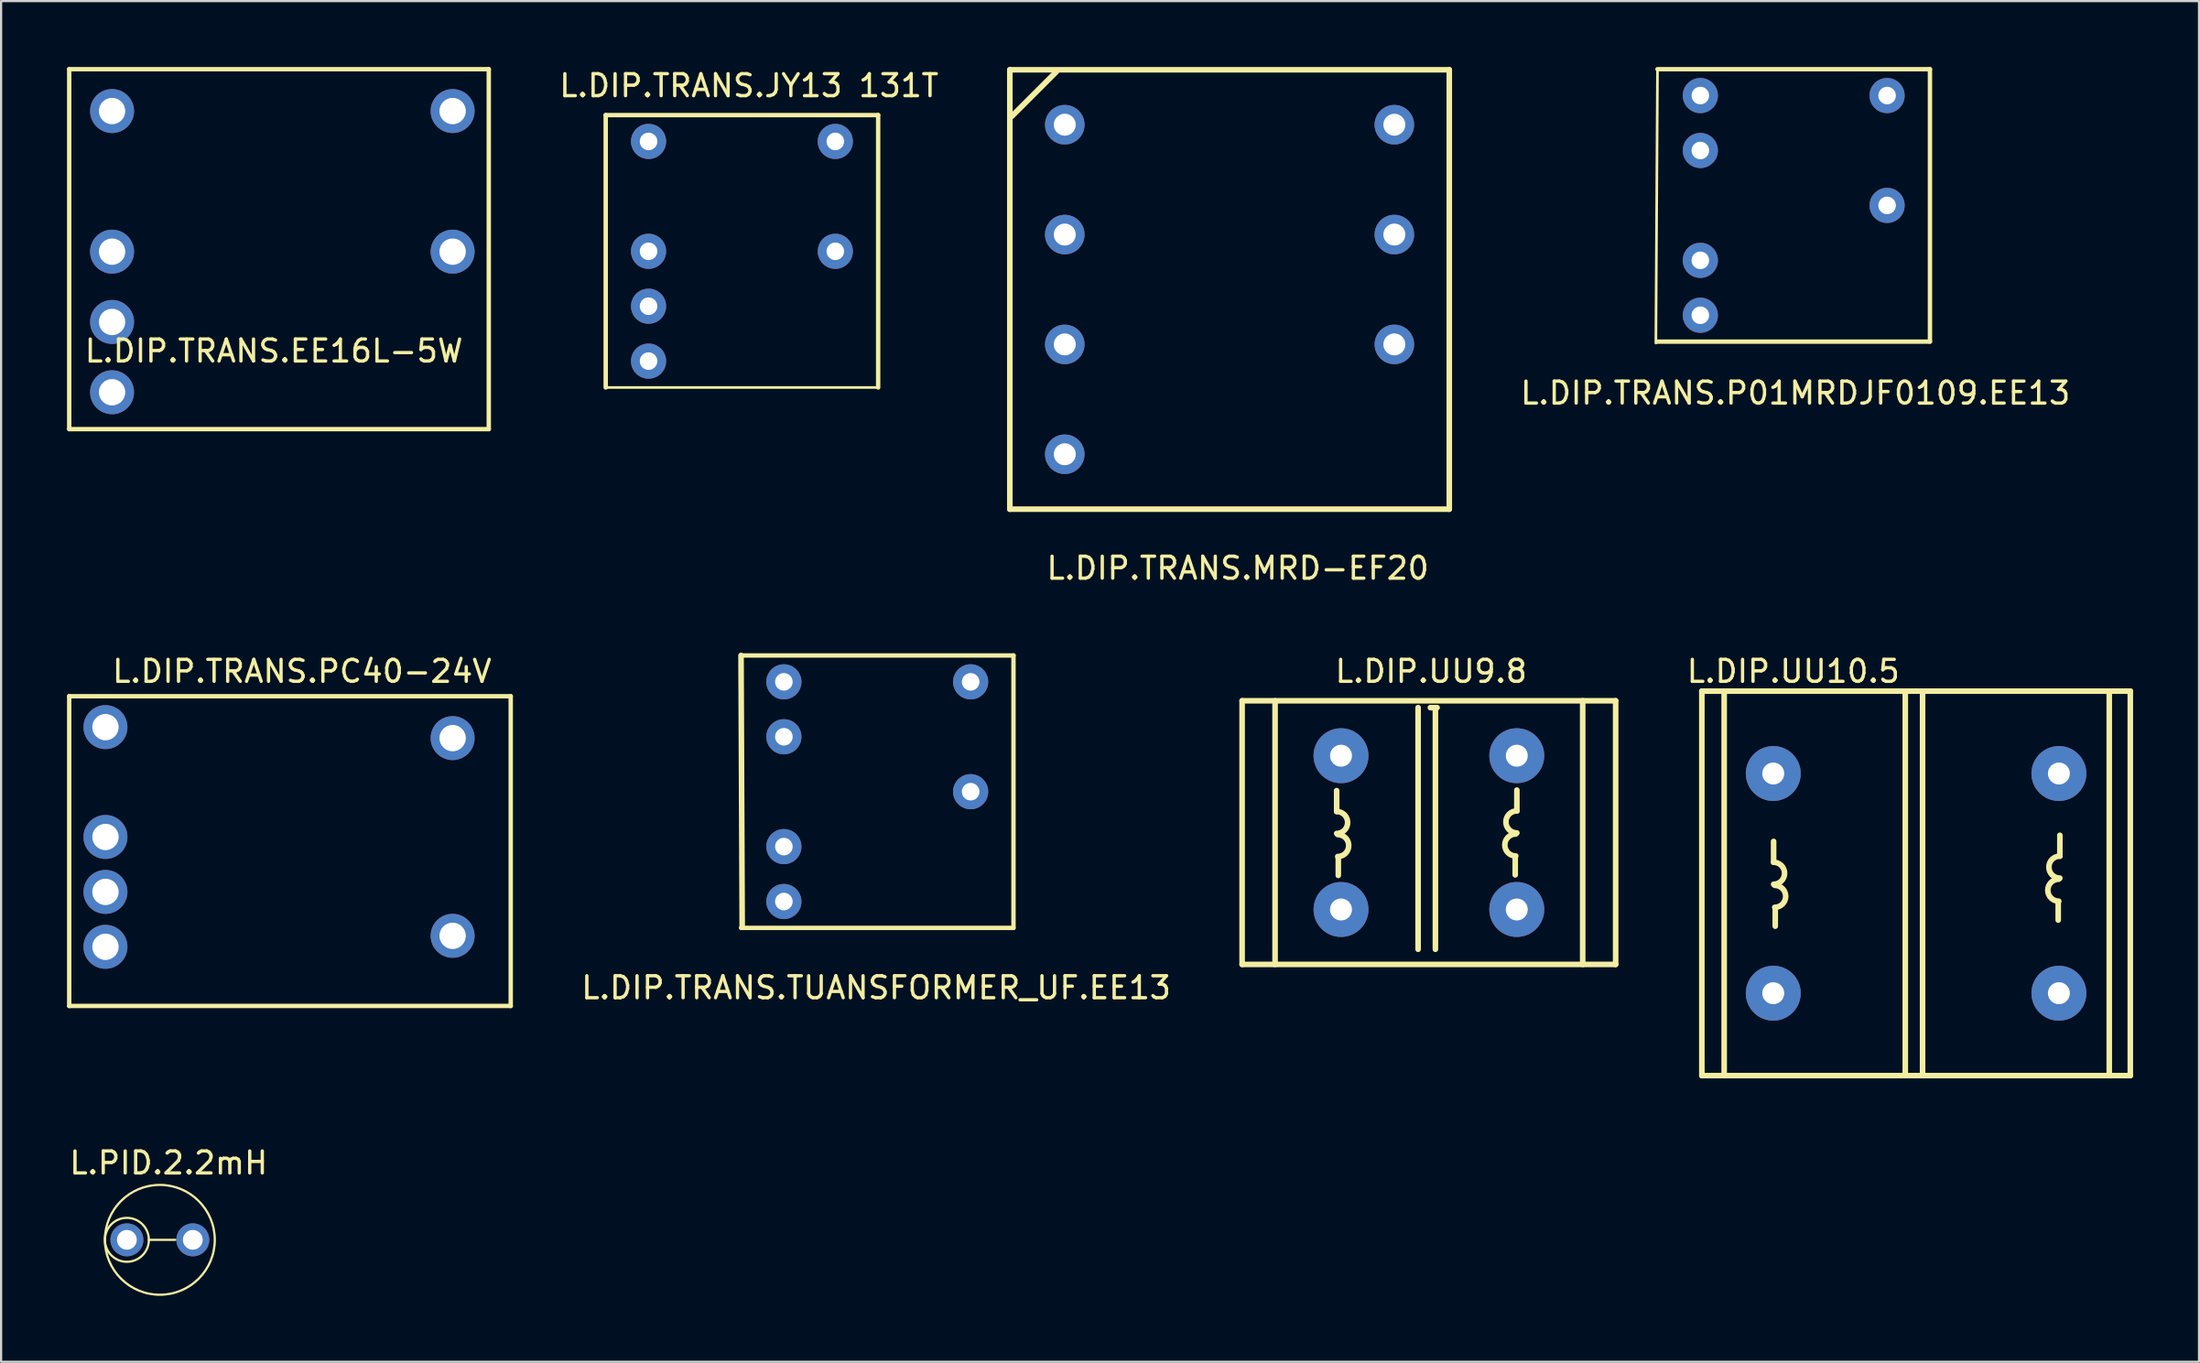
<source format=kicad_pcb>
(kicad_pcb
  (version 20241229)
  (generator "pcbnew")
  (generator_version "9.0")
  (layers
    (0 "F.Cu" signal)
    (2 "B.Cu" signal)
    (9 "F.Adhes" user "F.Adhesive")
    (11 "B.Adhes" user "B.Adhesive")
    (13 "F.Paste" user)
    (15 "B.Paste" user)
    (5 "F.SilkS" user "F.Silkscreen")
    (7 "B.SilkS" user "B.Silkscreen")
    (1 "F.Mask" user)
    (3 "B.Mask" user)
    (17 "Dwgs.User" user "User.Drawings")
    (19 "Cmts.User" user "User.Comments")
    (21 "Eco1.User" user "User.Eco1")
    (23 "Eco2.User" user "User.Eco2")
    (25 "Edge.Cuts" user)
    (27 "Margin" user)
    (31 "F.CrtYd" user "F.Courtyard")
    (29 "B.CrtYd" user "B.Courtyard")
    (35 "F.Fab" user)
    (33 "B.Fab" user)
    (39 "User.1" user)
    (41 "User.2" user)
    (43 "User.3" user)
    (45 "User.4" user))
  (footprint "L.DIP.TRANS.TUANSFORMER_UF.EE13"
    (layer "F.Cu")
    (at 37.079 33.371)
    (property "Reference" "L.DIP.TRANS.TUANSFORMER_UF.EE13" (at -0.254 8.539 0) (layer "F.SilkS") (effects (font (size 1 1) (thickness 0.15))))
    (attr through_hole)
    (fp_line (start -6.403 -6.584) (end -6.35 5.753) (stroke (width 0.254) (type solid)) (layer "F.SilkS"))
    (fp_line (start -6.403 -6.584) (end 5.997 -6.584) (stroke (width 0.2) (type solid)) (layer "F.SilkS"))
    (fp_line (start -6.403 5.816) (end 5.997 5.816) (stroke (width 0.2) (type solid)) (layer "F.SilkS"))
    (fp_line (start 5.997 5.816) (end 5.997 -6.584) (stroke (width 0.2) (type solid)) (layer "F.SilkS"))
    (pad "1" thru_hole circle (at -4.453 -5.384 90) (size 1.6 1.6) (drill 0.8) (layers "*.Cu" "*.Mask"))
    (pad "2" thru_hole circle (at -4.453 -2.884 90) (size 1.6 1.6) (drill 0.8) (layers "*.Cu" "*.Mask"))
    (pad "3" thru_hole circle (at -4.453 2.116 90) (size 1.6 1.6) (drill 0.8) (layers "*.Cu" "*.Mask"))
    (pad "4" thru_hole circle (at -4.453 4.616 90) (size 1.6 1.6) (drill 0.8) (layers "*.Cu" "*.Mask"))
    (pad "5" thru_hole circle (at 4.047 -5.384 90) (size 1.6 1.6) (drill 0.8) (layers "*.Cu" "*.Mask"))
    (pad "6" thru_hole circle (at 4.047 -0.384 90) (size 1.6 1.6) (drill 0.8) (layers "*.Cu" "*.Mask")))
  (footprint "L.PID.2.2mH"
    (layer "F.Cu")
    (at 4.225 53.386)
    (property "Reference" "L.PID.2.2mH" (at 0.4 -3.5 0) (layer "F.SilkS") (effects (font (size 1 1) (thickness 0.15))))
    (attr through_hole)
    (fp_line (start -0.5 0) (end 0.7 0) (stroke (width 0.1) (type solid)) (layer "F.SilkS"))
    (fp_circle (center -1.5 0) (end -0.5 0) (stroke (width 0.1) (type solid)) (fill no) (layer "F.SilkS"))
    (fp_circle (center 0 0) (end 2.5 0) (stroke (width 0.1) (type solid)) (fill no) (layer "F.SilkS"))
    (pad "1" thru_hole circle (at -1.5 0) (size 1.5 1.5) (drill 0.9) (layers "*.Cu" "*.Mask"))
    (pad "2" thru_hole circle (at 1.5 0) (size 1.5 1.5) (drill 0.9) (layers "*.Cu" "*.Mask")))
  (footprint "L.DIP.TRANS.JY13 131T"
    (layer "F.Cu")
    (at 30.823 9.04)
    (property "Reference" "L.DIP.TRANS.JY13 131T" (at 0.216 -8.191 0) (layer "F.SilkS") (effects (font (size 1 1) (thickness 0.15))))
    (attr through_hole)
    (fp_line (start -6.306 -6.851) (end 6.094 -6.851) (stroke (width 0.2) (type solid)) (layer "F.SilkS"))
    (fp_line (start -6.306 5.548) (end -6.306 -6.851) (stroke (width 0.2) (type solid)) (layer "F.SilkS"))
    (fp_line (start 6.094 5.548) (end -6.306 5.548) (stroke (width 0.12) (type solid)) (layer "F.SilkS"))
    (fp_line (start 6.094 5.548) (end 6.094 -6.851) (stroke (width 0.2) (type solid)) (layer "F.SilkS"))
    (pad "1" thru_hole circle (at -4.356 -5.652 90) (size 1.6 1.6) (drill 0.8) (layers "*.Cu" "*.Mask"))
    (pad "3" thru_hole circle (at -4.356 -0.651 90) (size 1.6 1.6) (drill 0.8) (layers "*.Cu" "*.Mask"))
    (pad "4" thru_hole circle (at -4.356 1.849 90) (size 1.6 1.6) (drill 0.8) (layers "*.Cu" "*.Mask"))
    (pad "5" thru_hole circle (at -4.356 4.348 90) (size 1.6 1.6) (drill 0.8) (layers "*.Cu" "*.Mask"))
    (pad "8" thru_hole circle (at 4.144 -0.651 90) (size 1.6 1.6) (drill 0.8) (layers "*.Cu" "*.Mask"))
    (pad "10" thru_hole circle (at 4.144 -5.652 90) (size 1.6 1.6) (drill 0.8) (layers "*.Cu" "*.Mask")))
  (footprint "L.DIP.TRANS.PC40-24V"
    (layer "F.Cu")
    (at 10.249 36.017)
    (property "Reference" "L.DIP.TRANS.PC40-24V" (at 0.445 -8.509 0) (layer "F.SilkS") (effects (font (size 1 1) (thickness 0.15))))
    (attr through_hole)
    (fp_line (start -10.149 -7.374) (end 9.945 -7.374) (stroke (width 0.2) (type solid)) (layer "F.SilkS"))
    (fp_line (start -10.149 6.723) (end -10.149 -7.374) (stroke (width 0.2) (type solid)) (layer "F.SilkS"))
    (fp_line (start -10.149 6.723) (end 9.945 6.723) (stroke (width 0.2) (type solid)) (layer "F.SilkS"))
    (fp_line (start 9.945 6.723) (end 9.945 -7.374) (stroke (width 0.2) (type solid)) (layer "F.SilkS"))
    (pad "1" thru_hole circle (at -8.499 -5.969 90) (size 2 2) (drill 1.2) (layers "*.Cu" "*.Mask"))
    (pad "2" thru_hole circle (at 7.301 -5.469 90) (size 2 2) (drill 1.2) (layers "*.Cu" "*.Mask"))
    (pad "3" thru_hole circle (at -8.499 -0.969 90) (size 2 2) (drill 1.2) (layers "*.Cu" "*.Mask"))
    (pad "4" thru_hole circle (at -8.499 1.531 90) (size 2 2) (drill 1.2) (layers "*.Cu" "*.Mask"))
    (pad "5" thru_hole circle (at -8.499 4.031 90) (size 2 2) (drill 1.2) (layers "*.Cu" "*.Mask"))
    (pad "6" thru_hole circle (at 7.301 3.531 270) (size 2 2) (drill 1.2) (layers "*.Cu" "*.Mask")))
  (footprint "L.DIP.UU9.8"
    (layer "F.Cu")
    (at 61.982 34.849)
    (property "Reference" "L.DIP.UU9.8" (at 0.102 -7.341 0) (layer "F.SilkS") (effects (font (size 1 1) (thickness 0.15))))
    (attr through_hole)
    (fp_line (start -8.5 -6) (end 8.5 -6) (stroke (width 0.254) (type solid)) (layer "F.SilkS"))
    (fp_line (start -8.5 6) (end -8.5 -6) (stroke (width 0.254) (type solid)) (layer "F.SilkS"))
    (fp_line (start -8.5 6) (end 8.5 6) (stroke (width 0.254) (type solid)) (layer "F.SilkS"))
    (fp_line (start -7 6) (end -7 -6) (stroke (width 0.254) (type solid)) (layer "F.SilkS"))
    (fp_line (start -4.198 -0.96) (end -4.198 -1.91) (stroke (width 0.254) (type solid)) (layer "F.SilkS"))
    (fp_line (start -4.123 1.95) (end -4.123 1.15) (stroke (width 0.254) (type solid)) (layer "F.SilkS"))
    (fp_line (start -0.491 5.311) (end -0.491 -5.689) (stroke (width 0.254) (type solid)) (layer "F.SilkS"))
    (fp_line (start 0.068 -5.689) (end 0.373 -5.689) (stroke (width 0.254) (type solid)) (layer "F.SilkS"))
    (fp_line (start 0.119 -5.689) (end 0.296 -5.689) (stroke (width 0.254) (type solid)) (layer "F.SilkS"))
    (fp_line (start 0.296 5.311) (end 0.296 -5.689) (stroke (width 0.254) (type solid)) (layer "F.SilkS"))
    (fp_line (start 3.929 1.925) (end 3.929 1.125) (stroke (width 0.254) (type solid)) (layer "F.SilkS"))
    (fp_line (start 4.004 -0.985) (end 4.004 -1.935) (stroke (width 0.254) (type solid)) (layer "F.SilkS"))
    (fp_line (start 7 6) (end 7 -6) (stroke (width 0.254) (type solid)) (layer "F.SilkS"))
    (fp_line (start 8.5 6) (end 8.5 -6) (stroke (width 0.254) (type solid)) (layer "F.SilkS"))
    (fp_arc (start -4.19824 -0.96002) (mid -3.69824 -0.46002) (end -4.19824 0.03998) (stroke (width 0.254) (type solid)) (layer "F.SilkS"))
    (fp_arc (start -4.14823 0.08997) (mid -3.64823 0.58997) (end -4.14823 1.08997) (stroke (width 0.254) (type solid)) (layer "F.SilkS"))
    (fp_arc (start 3.95442 1.06457) (mid 3.45442 0.56457) (end 3.95442 0.06457) (stroke (width 0.254) (type solid)) (layer "F.SilkS"))
    (fp_arc (start 4.00444 0.01458) (mid 3.50444 -0.48542) (end 4.00444 -0.98542) (stroke (width 0.254) (type solid)) (layer "F.SilkS"))
    (pad "1" thru_hole circle (at -4 -3.5 270) (size 2.5 2.5) (drill 1) (layers "*.Cu" "*.Mask"))
    (pad "2" thru_hole circle (at 4 -3.5 270) (size 2.5 2.5) (drill 1) (layers "*.Cu" "*.Mask"))
    (pad "3" thru_hole circle (at 4 3.5 270) (size 2.5 2.5) (drill 1) (layers "*.Cu" "*.Mask"))
    (pad "4" thru_hole circle (at -4 3.5 270) (size 2.5 2.5) (drill 1) (layers "*.Cu" "*.Mask")))
  (footprint "L.DIP.TRANS.MRD-EF20"
    (layer "F.Cu")
    (at 52.56 10.971)
    (property "Reference" "L.DIP.TRANS.MRD-EF20" (at 0.724 11.841 0) (layer "F.SilkS") (effects (font (size 1 1) (thickness 0.15))))
    (attr through_hole)
    (fp_line (start -9.65 -10.844) (end 10.35 -10.844) (stroke (width 0.254) (type solid)) (layer "F.SilkS"))
    (fp_line (start -9.65 9.156) (end -9.65 -10.844) (stroke (width 0.254) (type solid)) (layer "F.SilkS"))
    (fp_line (start -9.563 -8.725) (end -7.531 -10.757) (stroke (width 0.254) (type solid)) (layer "F.SilkS"))
    (fp_line (start 10.35 9.156) (end -9.65 9.156) (stroke (width 0.254) (type solid)) (layer "F.SilkS"))
    (fp_line (start 10.35 9.156) (end 10.35 -10.844) (stroke (width 0.254) (type solid)) (layer "F.SilkS"))
    (pad "1" thru_hole circle (at -7.15 -8.344) (size 1.8 1.8) (drill 1) (layers "*.Cu" "*.Mask"))
    (pad "2" thru_hole circle (at -7.15 -3.344) (size 1.8 1.8) (drill 1) (layers "*.Cu" "*.Mask"))
    (pad "3" thru_hole circle (at -7.15 1.656) (size 1.8 1.8) (drill 1) (layers "*.Cu" "*.Mask"))
    (pad "4" thru_hole circle (at -7.15 6.656) (size 1.8 1.8) (drill 1) (layers "*.Cu" "*.Mask"))
    (pad "6" thru_hole circle (at 7.85 1.656) (size 1.8 1.8) (drill 1) (layers "*.Cu" "*.Mask"))
    (pad "7" thru_hole circle (at 7.85 -3.344) (size 1.8 1.8) (drill 1) (layers "*.Cu" "*.Mask"))
    (pad "8" thru_hole circle (at 7.85 -8.344) (size 1.8 1.8) (drill 1) (layers "*.Cu" "*.Mask")))
  (footprint "L.DIP.TRANS.P01MRDJF0109.EE13"
    (layer "F.Cu")
    (at 78.662 14.342)
    (property "Reference" "L.DIP.TRANS.P01MRDJF0109.EE13" (at 0 0.5 0) (layer "F.SilkS") (effects (font (size 1 1) (thickness 0.15))))
    (attr through_hole)
    (fp_line (start -6.276 -14.242) (end -6.35 -1.778) (stroke (width 0.12) (type solid)) (layer "F.SilkS"))
    (fp_line (start -6.276 -14.242) (end 6.124 -14.242) (stroke (width 0.2) (type solid)) (layer "F.SilkS"))
    (fp_line (start -6.276 -1.842) (end 6.124 -1.842) (stroke (width 0.2) (type solid)) (layer "F.SilkS"))
    (fp_line (start 6.124 -1.842) (end 6.124 -14.242) (stroke (width 0.2) (type solid)) (layer "F.SilkS"))
    (pad "1" thru_hole circle (at -4.326 -3.042 90) (size 1.6 1.6) (drill 0.8) (layers "*.Cu" "*.Mask"))
    (pad "2" thru_hole circle (at -4.326 -5.542 90) (size 1.6 1.6) (drill 0.8) (layers "*.Cu" "*.Mask"))
    (pad "4" thru_hole circle (at -4.326 -10.542 90) (size 1.6 1.6) (drill 0.8) (layers "*.Cu" "*.Mask"))
    (pad "5" thru_hole circle (at -4.326 -13.042 90) (size 1.6 1.6) (drill 0.8) (layers "*.Cu" "*.Mask"))
    (pad "6" thru_hole circle (at 4.174 -13.042 90) (size 1.6 1.6) (drill 0.8) (layers "*.Cu" "*.Mask"))
    (pad "10" thru_hole circle (at 4.174 -8.042 90) (size 1.6 1.6) (drill 0.8) (layers "*.Cu" "*.Mask")))
  (footprint "L.DIP.UU10.5"
    (layer "F.Cu")
    (at 84.155 37.16)
    (property "Reference" "L.DIP.UU10.5" (at -5.588 -9.652 0) (layer "F.SilkS") (effects (font (size 1 1) (thickness 0.15))))
    (attr through_hole)
    (fp_line (start -9.75 -8.75) (end 9.75 -8.75) (stroke (width 0.254) (type solid)) (layer "F.SilkS"))
    (fp_line (start -9.75 8.75) (end -9.75 -8.75) (stroke (width 0.254) (type solid)) (layer "F.SilkS"))
    (fp_line (start -9.75 8.75) (end 9.75 8.75) (stroke (width 0.254) (type solid)) (layer "F.SilkS"))
    (fp_line (start -8.734 8.75) (end -8.734 -8.75) (stroke (width 0.254) (type solid)) (layer "F.SilkS"))
    (fp_line (start -6.484 -0.96) (end -6.484 -1.91) (stroke (width 0.254) (type solid)) (layer "F.SilkS"))
    (fp_line (start -6.409 1.95) (end -6.409 1.15) (stroke (width 0.254) (type solid)) (layer "F.SilkS"))
    (fp_line (start -0.491 8.636) (end -0.491 -8.636) (stroke (width 0.254) (type solid)) (layer "F.SilkS"))
    (fp_line (start 0.296 8.636) (end 0.296 -8.636) (stroke (width 0.254) (type solid)) (layer "F.SilkS"))
    (fp_line (start 6.469 1.671) (end 6.469 0.871) (stroke (width 0.254) (type solid)) (layer "F.SilkS"))
    (fp_line (start 6.544 -1.239) (end 6.544 -2.189) (stroke (width 0.254) (type solid)) (layer "F.SilkS"))
    (fp_line (start 8.792 8.75) (end 8.792 -8.75) (stroke (width 0.254) (type solid)) (layer "F.SilkS"))
    (fp_line (start 9.75 8.75) (end 9.75 -8.75) (stroke (width 0.254) (type solid)) (layer "F.SilkS"))
    (fp_arc (start -6.48424 -0.96002) (mid -5.98424 -0.46002) (end -6.48424 0.03998) (stroke (width 0.254) (type solid)) (layer "F.SilkS"))
    (fp_arc (start -6.43423 0.08997) (mid -5.93423 0.58997) (end -6.43423 1.08997) (stroke (width 0.254) (type solid)) (layer "F.SilkS"))
    (fp_arc (start 6.49442 0.81057) (mid 5.99442 0.31057) (end 6.49442 -0.18943) (stroke (width 0.254) (type solid)) (layer "F.SilkS"))
    (fp_arc (start 6.54444 -0.23942) (mid 6.04444 -0.73942) (end 6.54444 -1.23942) (stroke (width 0.254) (type solid)) (layer "F.SilkS"))
    (pad "1" thru_hole circle (at -6.5 -5 270) (size 2.5 2.5) (drill 1) (layers "*.Cu" "*.Mask"))
    (pad "2" thru_hole circle (at 6.5 -5 270) (size 2.5 2.5) (drill 1) (layers "*.Cu" "*.Mask"))
    (pad "3" thru_hole circle (at 6.5 5 270) (size 2.5 2.5) (drill 1) (layers "*.Cu" "*.Mask"))
    (pad "4" thru_hole circle (at -6.5 5 270) (size 2.5 2.5) (drill 1) (layers "*.Cu" "*.Mask")))
  (footprint "L.DIP.TRANS.EE16L-5W"
    (layer "F.Cu")
    (at 9.416 8.66)
    (property "Reference" "L.DIP.TRANS.EE16L-5W" (at 0 4.267 0) (layer "F.SilkS") (effects (font (size 1 1) (thickness 0.15))))
    (attr through_hole)
    (fp_line (start -9.316 -8.56) (end 9.779 -8.56) (stroke (width 0.2) (type solid)) (layer "F.SilkS"))
    (fp_line (start -9.316 7.823) (end -9.316 -8.56) (stroke (width 0.2) (type solid)) (layer "F.SilkS"))
    (fp_line (start -9.316 7.823) (end 9.779 7.823) (stroke (width 0.2) (type solid)) (layer "F.SilkS"))
    (fp_line (start 9.779 7.823) (end 9.779 -8.56) (stroke (width 0.2) (type solid)) (layer "F.SilkS"))
    (pad "1" thru_hole circle (at -7.366 -6.655 90) (size 2 2) (drill 1.2) (layers "*.Cu" "*.Mask"))
    (pad "3" thru_hole circle (at -7.366 -0.255 90) (size 2 2) (drill 1.2) (layers "*.Cu" "*.Mask"))
    (pad "4" thru_hole circle (at -7.366 2.945 90) (size 2 2) (drill 1.2) (layers "*.Cu" "*.Mask"))
    (pad "5" thru_hole circle (at -7.366 6.145 90) (size 2 2) (drill 1.2) (layers "*.Cu" "*.Mask"))
    (pad "8" thru_hole circle (at 8.134 -0.255 270) (size 2 2) (drill 1.2) (layers "*.Cu" "*.Mask"))
    (pad "10" thru_hole circle (at 8.134 -6.655 90) (size 2 2) (drill 1.2) (layers "*.Cu" "*.Mask")))
  (gr_rect
    (start -3 -3)
    (end 97.032 58.936)
    (stroke (width 0.1) (type default))
    (fill no)
    (layer "Edge.Cuts")))
</source>
